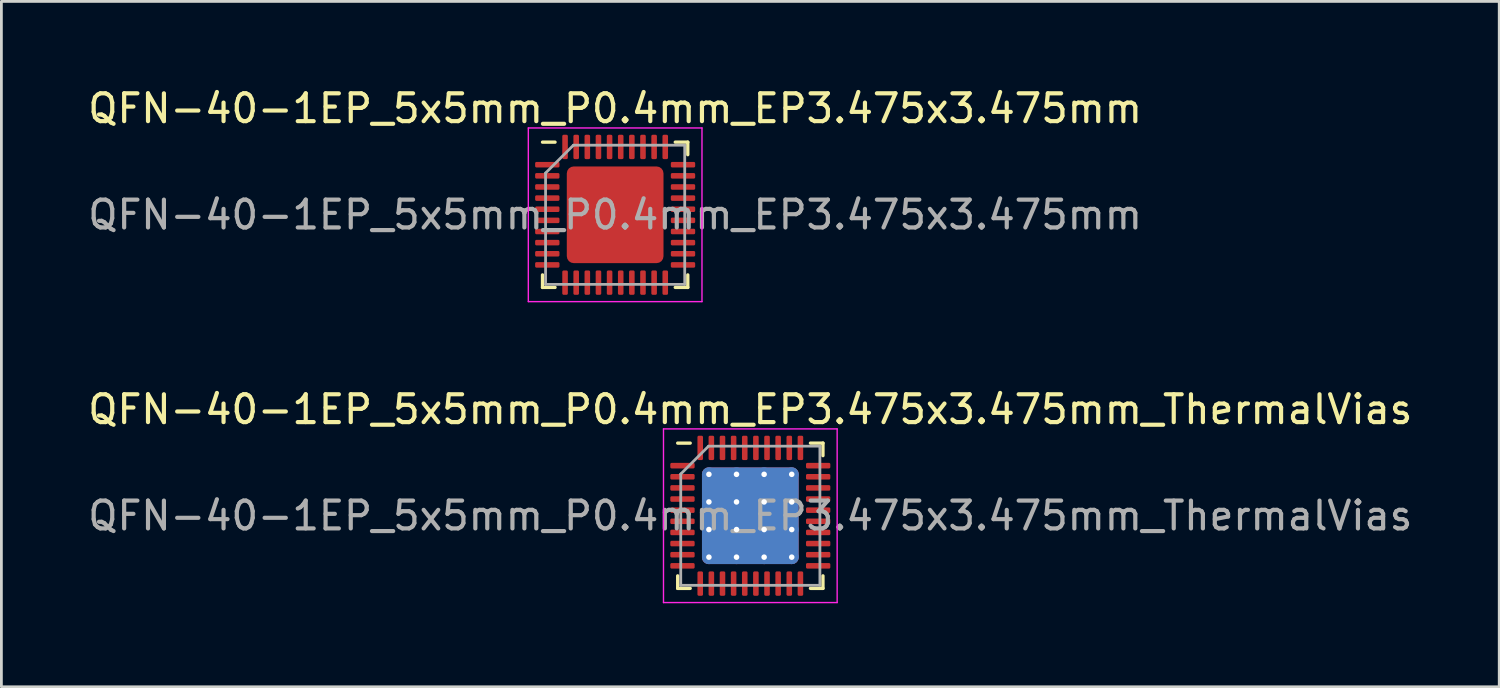
<source format=kicad_pcb>
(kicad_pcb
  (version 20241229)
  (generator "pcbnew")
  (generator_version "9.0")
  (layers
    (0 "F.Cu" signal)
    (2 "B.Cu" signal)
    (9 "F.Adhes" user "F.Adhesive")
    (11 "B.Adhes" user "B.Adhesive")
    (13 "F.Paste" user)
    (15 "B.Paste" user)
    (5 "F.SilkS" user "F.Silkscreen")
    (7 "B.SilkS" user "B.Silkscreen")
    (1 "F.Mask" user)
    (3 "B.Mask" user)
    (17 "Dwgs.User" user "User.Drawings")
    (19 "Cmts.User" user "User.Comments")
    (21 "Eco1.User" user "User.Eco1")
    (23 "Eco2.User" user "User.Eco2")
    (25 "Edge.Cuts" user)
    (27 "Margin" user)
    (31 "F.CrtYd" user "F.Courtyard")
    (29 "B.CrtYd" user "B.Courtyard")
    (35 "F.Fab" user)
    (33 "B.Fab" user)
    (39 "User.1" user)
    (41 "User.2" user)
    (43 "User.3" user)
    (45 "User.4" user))
  (footprint "QFN-40-1EP_5x5mm_P0.4mm_EP3.475x3.475mm"
    (layer "F.Cu")
    (at 19.054 4.668)
    (property "Reference" "QFN-40-1EP_5x5mm_P0.4mm_EP3.475x3.475mm" (at 0 -3.82 0) (layer "F.SilkS") (effects (font (size 1 1) (thickness 0.15))))
    (attr smd)
    (fp_line (start -2.61 2.61) (end -2.61 2.16) (stroke (width 0.12) (type solid)) (layer "F.SilkS"))
    (fp_line (start -2.16 -2.61) (end -2.61 -2.61) (stroke (width 0.12) (type solid)) (layer "F.SilkS"))
    (fp_line (start -2.16 2.61) (end -2.61 2.61) (stroke (width 0.12) (type solid)) (layer "F.SilkS"))
    (fp_line (start 2.16 -2.61) (end 2.61 -2.61) (stroke (width 0.12) (type solid)) (layer "F.SilkS"))
    (fp_line (start 2.16 2.61) (end 2.61 2.61) (stroke (width 0.12) (type solid)) (layer "F.SilkS"))
    (fp_line (start 2.61 -2.61) (end 2.61 -2.16) (stroke (width 0.12) (type solid)) (layer "F.SilkS"))
    (fp_line (start 2.61 2.61) (end 2.61 2.16) (stroke (width 0.12) (type solid)) (layer "F.SilkS"))
    (fp_line (start -3.12 -3.12) (end -3.12 3.12) (stroke (width 0.05) (type solid)) (layer "F.CrtYd"))
    (fp_line (start -3.12 3.12) (end 3.12 3.12) (stroke (width 0.05) (type solid)) (layer "F.CrtYd"))
    (fp_line (start 3.12 -3.12) (end -3.12 -3.12) (stroke (width 0.05) (type solid)) (layer "F.CrtYd"))
    (fp_line (start 3.12 3.12) (end 3.12 -3.12) (stroke (width 0.05) (type solid)) (layer "F.CrtYd"))
    (fp_line (start -2.5 -1.5) (end -1.5 -2.5) (stroke (width 0.1) (type solid)) (layer "F.Fab"))
    (fp_line (start -2.5 2.5) (end -2.5 -1.5) (stroke (width 0.1) (type solid)) (layer "F.Fab"))
    (fp_line (start -1.5 -2.5) (end 2.5 -2.5) (stroke (width 0.1) (type solid)) (layer "F.Fab"))
    (fp_line (start 2.5 -2.5) (end 2.5 2.5) (stroke (width 0.1) (type solid)) (layer "F.Fab"))
    (fp_line (start 2.5 2.5) (end -2.5 2.5) (stroke (width 0.1) (type solid)) (layer "F.Fab"))
    (fp_text user "${REFERENCE}" (at 0 0 0) (layer "F.Fab") (effects (font (size 1 1) (thickness 0.15))))
    (pad "" smd roundrect (at -1.16 -1.16) (size 0.93 0.93) (layers "F.Paste") (roundrect_rratio 0.25))
    (pad "" smd roundrect (at -1.16 0) (size 0.93 0.93) (layers "F.Paste") (roundrect_rratio 0.25))
    (pad "" smd roundrect (at -1.16 1.16) (size 0.93 0.93) (layers "F.Paste") (roundrect_rratio 0.25))
    (pad "" smd roundrect (at 0 -1.16) (size 0.93 0.93) (layers "F.Paste") (roundrect_rratio 0.25))
    (pad "" smd roundrect (at 0 0) (size 0.93 0.93) (layers "F.Paste") (roundrect_rratio 0.25))
    (pad "" smd roundrect (at 0 1.16) (size 0.93 0.93) (layers "F.Paste") (roundrect_rratio 0.25))
    (pad "" smd roundrect (at 1.16 -1.16) (size 0.93 0.93) (layers "F.Paste") (roundrect_rratio 0.25))
    (pad "" smd roundrect (at 1.16 0) (size 0.93 0.93) (layers "F.Paste") (roundrect_rratio 0.25))
    (pad "" smd roundrect (at 1.16 1.16) (size 0.93 0.93) (layers "F.Paste") (roundrect_rratio 0.25))
    (pad "1" smd roundrect (at -2.438 -1.8) (size 0.875 0.2) (layers "F.Cu" "F.Mask" "F.Paste") (roundrect_rratio 0.25))
    (pad "2" smd roundrect (at -2.438 -1.4) (size 0.875 0.2) (layers "F.Cu" "F.Mask" "F.Paste") (roundrect_rratio 0.25))
    (pad "3" smd roundrect (at -2.438 -1) (size 0.875 0.2) (layers "F.Cu" "F.Mask" "F.Paste") (roundrect_rratio 0.25))
    (pad "4" smd roundrect (at -2.438 -0.6) (size 0.875 0.2) (layers "F.Cu" "F.Mask" "F.Paste") (roundrect_rratio 0.25))
    (pad "5" smd roundrect (at -2.438 -0.2) (size 0.875 0.2) (layers "F.Cu" "F.Mask" "F.Paste") (roundrect_rratio 0.25))
    (pad "6" smd roundrect (at -2.438 0.2) (size 0.875 0.2) (layers "F.Cu" "F.Mask" "F.Paste") (roundrect_rratio 0.25))
    (pad "7" smd roundrect (at -2.438 0.6) (size 0.875 0.2) (layers "F.Cu" "F.Mask" "F.Paste") (roundrect_rratio 0.25))
    (pad "8" smd roundrect (at -2.438 1) (size 0.875 0.2) (layers "F.Cu" "F.Mask" "F.Paste") (roundrect_rratio 0.25))
    (pad "9" smd roundrect (at -2.438 1.4) (size 0.875 0.2) (layers "F.Cu" "F.Mask" "F.Paste") (roundrect_rratio 0.25))
    (pad "10" smd roundrect (at -2.438 1.8) (size 0.875 0.2) (layers "F.Cu" "F.Mask" "F.Paste") (roundrect_rratio 0.25))
    (pad "11" smd roundrect (at -1.8 2.438) (size 0.2 0.875) (layers "F.Cu" "F.Mask" "F.Paste") (roundrect_rratio 0.25))
    (pad "12" smd roundrect (at -1.4 2.438) (size 0.2 0.875) (layers "F.Cu" "F.Mask" "F.Paste") (roundrect_rratio 0.25))
    (pad "13" smd roundrect (at -1 2.438) (size 0.2 0.875) (layers "F.Cu" "F.Mask" "F.Paste") (roundrect_rratio 0.25))
    (pad "14" smd roundrect (at -0.6 2.438) (size 0.2 0.875) (layers "F.Cu" "F.Mask" "F.Paste") (roundrect_rratio 0.25))
    (pad "15" smd roundrect (at -0.2 2.438) (size 0.2 0.875) (layers "F.Cu" "F.Mask" "F.Paste") (roundrect_rratio 0.25))
    (pad "16" smd roundrect (at 0.2 2.438) (size 0.2 0.875) (layers "F.Cu" "F.Mask" "F.Paste") (roundrect_rratio 0.25))
    (pad "17" smd roundrect (at 0.6 2.438) (size 0.2 0.875) (layers "F.Cu" "F.Mask" "F.Paste") (roundrect_rratio 0.25))
    (pad "18" smd roundrect (at 1 2.438) (size 0.2 0.875) (layers "F.Cu" "F.Mask" "F.Paste") (roundrect_rratio 0.25))
    (pad "19" smd roundrect (at 1.4 2.438) (size 0.2 0.875) (layers "F.Cu" "F.Mask" "F.Paste") (roundrect_rratio 0.25))
    (pad "20" smd roundrect (at 1.8 2.438) (size 0.2 0.875) (layers "F.Cu" "F.Mask" "F.Paste") (roundrect_rratio 0.25))
    (pad "21" smd roundrect (at 2.438 1.8) (size 0.875 0.2) (layers "F.Cu" "F.Mask" "F.Paste") (roundrect_rratio 0.25))
    (pad "22" smd roundrect (at 2.438 1.4) (size 0.875 0.2) (layers "F.Cu" "F.Mask" "F.Paste") (roundrect_rratio 0.25))
    (pad "23" smd roundrect (at 2.438 1) (size 0.875 0.2) (layers "F.Cu" "F.Mask" "F.Paste") (roundrect_rratio 0.25))
    (pad "24" smd roundrect (at 2.438 0.6) (size 0.875 0.2) (layers "F.Cu" "F.Mask" "F.Paste") (roundrect_rratio 0.25))
    (pad "25" smd roundrect (at 2.438 0.2) (size 0.875 0.2) (layers "F.Cu" "F.Mask" "F.Paste") (roundrect_rratio 0.25))
    (pad "26" smd roundrect (at 2.438 -0.2) (size 0.875 0.2) (layers "F.Cu" "F.Mask" "F.Paste") (roundrect_rratio 0.25))
    (pad "27" smd roundrect (at 2.438 -0.6) (size 0.875 0.2) (layers "F.Cu" "F.Mask" "F.Paste") (roundrect_rratio 0.25))
    (pad "28" smd roundrect (at 2.438 -1) (size 0.875 0.2) (layers "F.Cu" "F.Mask" "F.Paste") (roundrect_rratio 0.25))
    (pad "29" smd roundrect (at 2.438 -1.4) (size 0.875 0.2) (layers "F.Cu" "F.Mask" "F.Paste") (roundrect_rratio 0.25))
    (pad "30" smd roundrect (at 2.438 -1.8) (size 0.875 0.2) (layers "F.Cu" "F.Mask" "F.Paste") (roundrect_rratio 0.25))
    (pad "31" smd roundrect (at 1.8 -2.438) (size 0.2 0.875) (layers "F.Cu" "F.Mask" "F.Paste") (roundrect_rratio 0.25))
    (pad "32" smd roundrect (at 1.4 -2.438) (size 0.2 0.875) (layers "F.Cu" "F.Mask" "F.Paste") (roundrect_rratio 0.25))
    (pad "33" smd roundrect (at 1 -2.438) (size 0.2 0.875) (layers "F.Cu" "F.Mask" "F.Paste") (roundrect_rratio 0.25))
    (pad "34" smd roundrect (at 0.6 -2.438) (size 0.2 0.875) (layers "F.Cu" "F.Mask" "F.Paste") (roundrect_rratio 0.25))
    (pad "35" smd roundrect (at 0.2 -2.438) (size 0.2 0.875) (layers "F.Cu" "F.Mask" "F.Paste") (roundrect_rratio 0.25))
    (pad "36" smd roundrect (at -0.2 -2.438) (size 0.2 0.875) (layers "F.Cu" "F.Mask" "F.Paste") (roundrect_rratio 0.25))
    (pad "37" smd roundrect (at -0.6 -2.438) (size 0.2 0.875) (layers "F.Cu" "F.Mask" "F.Paste") (roundrect_rratio 0.25))
    (pad "38" smd roundrect (at -1 -2.438) (size 0.2 0.875) (layers "F.Cu" "F.Mask" "F.Paste") (roundrect_rratio 0.25))
    (pad "39" smd roundrect (at -1.4 -2.438) (size 0.2 0.875) (layers "F.Cu" "F.Mask" "F.Paste") (roundrect_rratio 0.25))
    (pad "40" smd roundrect (at -1.8 -2.438) (size 0.2 0.875) (layers "F.Cu" "F.Mask" "F.Paste") (roundrect_rratio 0.25))
    (pad "41" smd roundrect (at 0 0) (size 3.475 3.475) (layers "F.Cu" "F.Mask") (roundrect_rratio 0.072)))
  (footprint "QFN-40-1EP_5x5mm_P0.4mm_EP3.475x3.475mm_ThermalVias"
    (layer "F.Cu")
    (at 23.911 15.482)
    (property "Reference" "QFN-40-1EP_5x5mm_P0.4mm_EP3.475x3.475mm_ThermalVias" (at 0 -3.82 0) (layer "F.SilkS") (effects (font (size 1 1) (thickness 0.15))))
    (attr smd)
    (fp_line (start -2.61 2.61) (end -2.61 2.16) (stroke (width 0.12) (type solid)) (layer "F.SilkS"))
    (fp_line (start -2.16 -2.61) (end -2.61 -2.61) (stroke (width 0.12) (type solid)) (layer "F.SilkS"))
    (fp_line (start -2.16 2.61) (end -2.61 2.61) (stroke (width 0.12) (type solid)) (layer "F.SilkS"))
    (fp_line (start 2.16 -2.61) (end 2.61 -2.61) (stroke (width 0.12) (type solid)) (layer "F.SilkS"))
    (fp_line (start 2.16 2.61) (end 2.61 2.61) (stroke (width 0.12) (type solid)) (layer "F.SilkS"))
    (fp_line (start 2.61 -2.61) (end 2.61 -2.16) (stroke (width 0.12) (type solid)) (layer "F.SilkS"))
    (fp_line (start 2.61 2.61) (end 2.61 2.16) (stroke (width 0.12) (type solid)) (layer "F.SilkS"))
    (fp_line (start -3.12 -3.12) (end -3.12 3.12) (stroke (width 0.05) (type solid)) (layer "F.CrtYd"))
    (fp_line (start -3.12 3.12) (end 3.12 3.12) (stroke (width 0.05) (type solid)) (layer "F.CrtYd"))
    (fp_line (start 3.12 -3.12) (end -3.12 -3.12) (stroke (width 0.05) (type solid)) (layer "F.CrtYd"))
    (fp_line (start 3.12 3.12) (end 3.12 -3.12) (stroke (width 0.05) (type solid)) (layer "F.CrtYd"))
    (fp_line (start -2.5 -1.5) (end -1.5 -2.5) (stroke (width 0.1) (type solid)) (layer "F.Fab"))
    (fp_line (start -2.5 2.5) (end -2.5 -1.5) (stroke (width 0.1) (type solid)) (layer "F.Fab"))
    (fp_line (start -1.5 -2.5) (end 2.5 -2.5) (stroke (width 0.1) (type solid)) (layer "F.Fab"))
    (fp_line (start 2.5 -2.5) (end 2.5 2.5) (stroke (width 0.1) (type solid)) (layer "F.Fab"))
    (fp_line (start 2.5 2.5) (end -2.5 2.5) (stroke (width 0.1) (type solid)) (layer "F.Fab"))
    (fp_text user "${REFERENCE}" (at 0 0 0) (layer "F.Fab") (effects (font (size 1 1) (thickness 0.15))))
    (pad "" smd custom (at -0.992 -0.992) (size 0.764 0.764) (layers "F.Paste") (options (anchor circle)) (primitives (gr_poly (pts (xy -0.315 -0.205) (xy -0.205 -0.315) (xy 0.205 -0.315) (xy 0.315 -0.205) (xy 0.315 0.205) (xy 0.205 0.315) (xy -0.205 0.315) (xy -0.315 0.205)) (width 0.266) (fill yes))))
    (pad "" smd custom (at -0.992 0) (size 0.764 0.764) (layers "F.Paste") (options (anchor circle)) (primitives (gr_poly (pts (xy -0.315 -0.205) (xy -0.205 -0.315) (xy 0.205 -0.315) (xy 0.315 -0.205) (xy 0.315 0.205) (xy 0.205 0.315) (xy -0.205 0.315) (xy -0.315 0.205)) (width 0.266) (fill yes))))
    (pad "" smd custom (at -0.992 0.992) (size 0.764 0.764) (layers "F.Paste") (options (anchor circle)) (primitives (gr_poly (pts (xy -0.315 -0.205) (xy -0.205 -0.315) (xy 0.205 -0.315) (xy 0.315 -0.205) (xy 0.315 0.205) (xy 0.205 0.315) (xy -0.205 0.315) (xy -0.315 0.205)) (width 0.266) (fill yes))))
    (pad "" smd custom (at 0 -0.992) (size 0.764 0.764) (layers "F.Paste") (options (anchor circle)) (primitives (gr_poly (pts (xy -0.315 -0.205) (xy -0.205 -0.315) (xy 0.205 -0.315) (xy 0.315 -0.205) (xy 0.315 0.205) (xy 0.205 0.315) (xy -0.205 0.315) (xy -0.315 0.205)) (width 0.266) (fill yes))))
    (pad "" smd custom (at 0 0) (size 0.764 0.764) (layers "F.Paste") (options (anchor circle)) (primitives (gr_poly (pts (xy -0.315 -0.205) (xy -0.205 -0.315) (xy 0.205 -0.315) (xy 0.315 -0.205) (xy 0.315 0.205) (xy 0.205 0.315) (xy -0.205 0.315) (xy -0.315 0.205)) (width 0.266) (fill yes))))
    (pad "" smd custom (at 0 0.992) (size 0.764 0.764) (layers "F.Paste") (options (anchor circle)) (primitives (gr_poly (pts (xy -0.315 -0.205) (xy -0.205 -0.315) (xy 0.205 -0.315) (xy 0.315 -0.205) (xy 0.315 0.205) (xy 0.205 0.315) (xy -0.205 0.315) (xy -0.315 0.205)) (width 0.266) (fill yes))))
    (pad "" smd custom (at 0.992 -0.992) (size 0.764 0.764) (layers "F.Paste") (options (anchor circle)) (primitives (gr_poly (pts (xy -0.315 -0.205) (xy -0.205 -0.315) (xy 0.205 -0.315) (xy 0.315 -0.205) (xy 0.315 0.205) (xy 0.205 0.315) (xy -0.205 0.315) (xy -0.315 0.205)) (width 0.266) (fill yes))))
    (pad "" smd custom (at 0.992 0) (size 0.764 0.764) (layers "F.Paste") (options (anchor circle)) (primitives (gr_poly (pts (xy -0.315 -0.205) (xy -0.205 -0.315) (xy 0.205 -0.315) (xy 0.315 -0.205) (xy 0.315 0.205) (xy 0.205 0.315) (xy -0.205 0.315) (xy -0.315 0.205)) (width 0.266) (fill yes))))
    (pad "" smd custom (at 0.992 0.992) (size 0.764 0.764) (layers "F.Paste") (options (anchor circle)) (primitives (gr_poly (pts (xy -0.315 -0.205) (xy -0.205 -0.315) (xy 0.205 -0.315) (xy 0.315 -0.205) (xy 0.315 0.205) (xy 0.205 0.315) (xy -0.205 0.315) (xy -0.315 0.205)) (width 0.266) (fill yes))))
    (pad "1" smd roundrect (at -2.438 -1.8) (size 0.875 0.2) (layers "F.Cu" "F.Mask" "F.Paste") (roundrect_rratio 0.25))
    (pad "2" smd roundrect (at -2.438 -1.4) (size 0.875 0.2) (layers "F.Cu" "F.Mask" "F.Paste") (roundrect_rratio 0.25))
    (pad "3" smd roundrect (at -2.438 -1) (size 0.875 0.2) (layers "F.Cu" "F.Mask" "F.Paste") (roundrect_rratio 0.25))
    (pad "4" smd roundrect (at -2.438 -0.6) (size 0.875 0.2) (layers "F.Cu" "F.Mask" "F.Paste") (roundrect_rratio 0.25))
    (pad "5" smd roundrect (at -2.438 -0.2) (size 0.875 0.2) (layers "F.Cu" "F.Mask" "F.Paste") (roundrect_rratio 0.25))
    (pad "6" smd roundrect (at -2.438 0.2) (size 0.875 0.2) (layers "F.Cu" "F.Mask" "F.Paste") (roundrect_rratio 0.25))
    (pad "7" smd roundrect (at -2.438 0.6) (size 0.875 0.2) (layers "F.Cu" "F.Mask" "F.Paste") (roundrect_rratio 0.25))
    (pad "8" smd roundrect (at -2.438 1) (size 0.875 0.2) (layers "F.Cu" "F.Mask" "F.Paste") (roundrect_rratio 0.25))
    (pad "9" smd roundrect (at -2.438 1.4) (size 0.875 0.2) (layers "F.Cu" "F.Mask" "F.Paste") (roundrect_rratio 0.25))
    (pad "10" smd roundrect (at -2.438 1.8) (size 0.875 0.2) (layers "F.Cu" "F.Mask" "F.Paste") (roundrect_rratio 0.25))
    (pad "11" smd roundrect (at -1.8 2.438) (size 0.2 0.875) (layers "F.Cu" "F.Mask" "F.Paste") (roundrect_rratio 0.25))
    (pad "12" smd roundrect (at -1.4 2.438) (size 0.2 0.875) (layers "F.Cu" "F.Mask" "F.Paste") (roundrect_rratio 0.25))
    (pad "13" smd roundrect (at -1 2.438) (size 0.2 0.875) (layers "F.Cu" "F.Mask" "F.Paste") (roundrect_rratio 0.25))
    (pad "14" smd roundrect (at -0.6 2.438) (size 0.2 0.875) (layers "F.Cu" "F.Mask" "F.Paste") (roundrect_rratio 0.25))
    (pad "15" smd roundrect (at -0.2 2.438) (size 0.2 0.875) (layers "F.Cu" "F.Mask" "F.Paste") (roundrect_rratio 0.25))
    (pad "16" smd roundrect (at 0.2 2.438) (size 0.2 0.875) (layers "F.Cu" "F.Mask" "F.Paste") (roundrect_rratio 0.25))
    (pad "17" smd roundrect (at 0.6 2.438) (size 0.2 0.875) (layers "F.Cu" "F.Mask" "F.Paste") (roundrect_rratio 0.25))
    (pad "18" smd roundrect (at 1 2.438) (size 0.2 0.875) (layers "F.Cu" "F.Mask" "F.Paste") (roundrect_rratio 0.25))
    (pad "19" smd roundrect (at 1.4 2.438) (size 0.2 0.875) (layers "F.Cu" "F.Mask" "F.Paste") (roundrect_rratio 0.25))
    (pad "20" smd roundrect (at 1.8 2.438) (size 0.2 0.875) (layers "F.Cu" "F.Mask" "F.Paste") (roundrect_rratio 0.25))
    (pad "21" smd roundrect (at 2.438 1.8) (size 0.875 0.2) (layers "F.Cu" "F.Mask" "F.Paste") (roundrect_rratio 0.25))
    (pad "22" smd roundrect (at 2.438 1.4) (size 0.875 0.2) (layers "F.Cu" "F.Mask" "F.Paste") (roundrect_rratio 0.25))
    (pad "23" smd roundrect (at 2.438 1) (size 0.875 0.2) (layers "F.Cu" "F.Mask" "F.Paste") (roundrect_rratio 0.25))
    (pad "24" smd roundrect (at 2.438 0.6) (size 0.875 0.2) (layers "F.Cu" "F.Mask" "F.Paste") (roundrect_rratio 0.25))
    (pad "25" smd roundrect (at 2.438 0.2) (size 0.875 0.2) (layers "F.Cu" "F.Mask" "F.Paste") (roundrect_rratio 0.25))
    (pad "26" smd roundrect (at 2.438 -0.2) (size 0.875 0.2) (layers "F.Cu" "F.Mask" "F.Paste") (roundrect_rratio 0.25))
    (pad "27" smd roundrect (at 2.438 -0.6) (size 0.875 0.2) (layers "F.Cu" "F.Mask" "F.Paste") (roundrect_rratio 0.25))
    (pad "28" smd roundrect (at 2.438 -1) (size 0.875 0.2) (layers "F.Cu" "F.Mask" "F.Paste") (roundrect_rratio 0.25))
    (pad "29" smd roundrect (at 2.438 -1.4) (size 0.875 0.2) (layers "F.Cu" "F.Mask" "F.Paste") (roundrect_rratio 0.25))
    (pad "30" smd roundrect (at 2.438 -1.8) (size 0.875 0.2) (layers "F.Cu" "F.Mask" "F.Paste") (roundrect_rratio 0.25))
    (pad "31" smd roundrect (at 1.8 -2.438) (size 0.2 0.875) (layers "F.Cu" "F.Mask" "F.Paste") (roundrect_rratio 0.25))
    (pad "32" smd roundrect (at 1.4 -2.438) (size 0.2 0.875) (layers "F.Cu" "F.Mask" "F.Paste") (roundrect_rratio 0.25))
    (pad "33" smd roundrect (at 1 -2.438) (size 0.2 0.875) (layers "F.Cu" "F.Mask" "F.Paste") (roundrect_rratio 0.25))
    (pad "34" smd roundrect (at 0.6 -2.438) (size 0.2 0.875) (layers "F.Cu" "F.Mask" "F.Paste") (roundrect_rratio 0.25))
    (pad "35" smd roundrect (at 0.2 -2.438) (size 0.2 0.875) (layers "F.Cu" "F.Mask" "F.Paste") (roundrect_rratio 0.25))
    (pad "36" smd roundrect (at -0.2 -2.438) (size 0.2 0.875) (layers "F.Cu" "F.Mask" "F.Paste") (roundrect_rratio 0.25))
    (pad "37" smd roundrect (at -0.6 -2.438) (size 0.2 0.875) (layers "F.Cu" "F.Mask" "F.Paste") (roundrect_rratio 0.25))
    (pad "38" smd roundrect (at -1 -2.438) (size 0.2 0.875) (layers "F.Cu" "F.Mask" "F.Paste") (roundrect_rratio 0.25))
    (pad "39" smd roundrect (at -1.4 -2.438) (size 0.2 0.875) (layers "F.Cu" "F.Mask" "F.Paste") (roundrect_rratio 0.25))
    (pad "40" smd roundrect (at -1.8 -2.438) (size 0.2 0.875) (layers "F.Cu" "F.Mask" "F.Paste") (roundrect_rratio 0.25))
    (pad "41" thru_hole circle (at -1.488 -1.488) (size 0.5 0.5) (drill 0.2) (layers "*.Cu"))
    (pad "41" thru_hole circle (at -1.488 -0.496) (size 0.5 0.5) (drill 0.2) (layers "*.Cu"))
    (pad "41" thru_hole circle (at -1.488 0.496) (size 0.5 0.5) (drill 0.2) (layers "*.Cu"))
    (pad "41" thru_hole circle (at -1.488 1.488) (size 0.5 0.5) (drill 0.2) (layers "*.Cu"))
    (pad "41" thru_hole circle (at -0.496 -1.488) (size 0.5 0.5) (drill 0.2) (layers "*.Cu"))
    (pad "41" thru_hole circle (at -0.496 -0.496) (size 0.5 0.5) (drill 0.2) (layers "*.Cu"))
    (pad "41" thru_hole circle (at -0.496 0.496) (size 0.5 0.5) (drill 0.2) (layers "*.Cu"))
    (pad "41" thru_hole circle (at -0.496 1.488) (size 0.5 0.5) (drill 0.2) (layers "*.Cu"))
    (pad "41" smd roundrect (at 0 0) (size 3.475 3.475) (layers "F.Cu" "F.Mask") (roundrect_rratio 0.072))
    (pad "41" smd roundrect (at 0 0) (size 3.475 3.475) (layers "B.Cu") (roundrect_rratio 0.072))
    (pad "41" thru_hole circle (at 0.496 -1.488) (size 0.5 0.5) (drill 0.2) (layers "*.Cu"))
    (pad "41" thru_hole circle (at 0.496 -0.496) (size 0.5 0.5) (drill 0.2) (layers "*.Cu"))
    (pad "41" thru_hole circle (at 0.496 0.496) (size 0.5 0.5) (drill 0.2) (layers "*.Cu"))
    (pad "41" thru_hole circle (at 0.496 1.488) (size 0.5 0.5) (drill 0.2) (layers "*.Cu"))
    (pad "41" thru_hole circle (at 1.488 -1.488) (size 0.5 0.5) (drill 0.2) (layers "*.Cu"))
    (pad "41" thru_hole circle (at 1.488 -0.496) (size 0.5 0.5) (drill 0.2) (layers "*.Cu"))
    (pad "41" thru_hole circle (at 1.488 0.496) (size 0.5 0.5) (drill 0.2) (layers "*.Cu"))
    (pad "41" thru_hole circle (at 1.488 1.488) (size 0.5 0.5) (drill 0.2) (layers "*.Cu")))
  (gr_rect
    (start -3 -3)
    (end 50.821 21.627)
    (stroke (width 0.1) (type default))
    (fill no)
    (layer "Edge.Cuts")))
</source>
